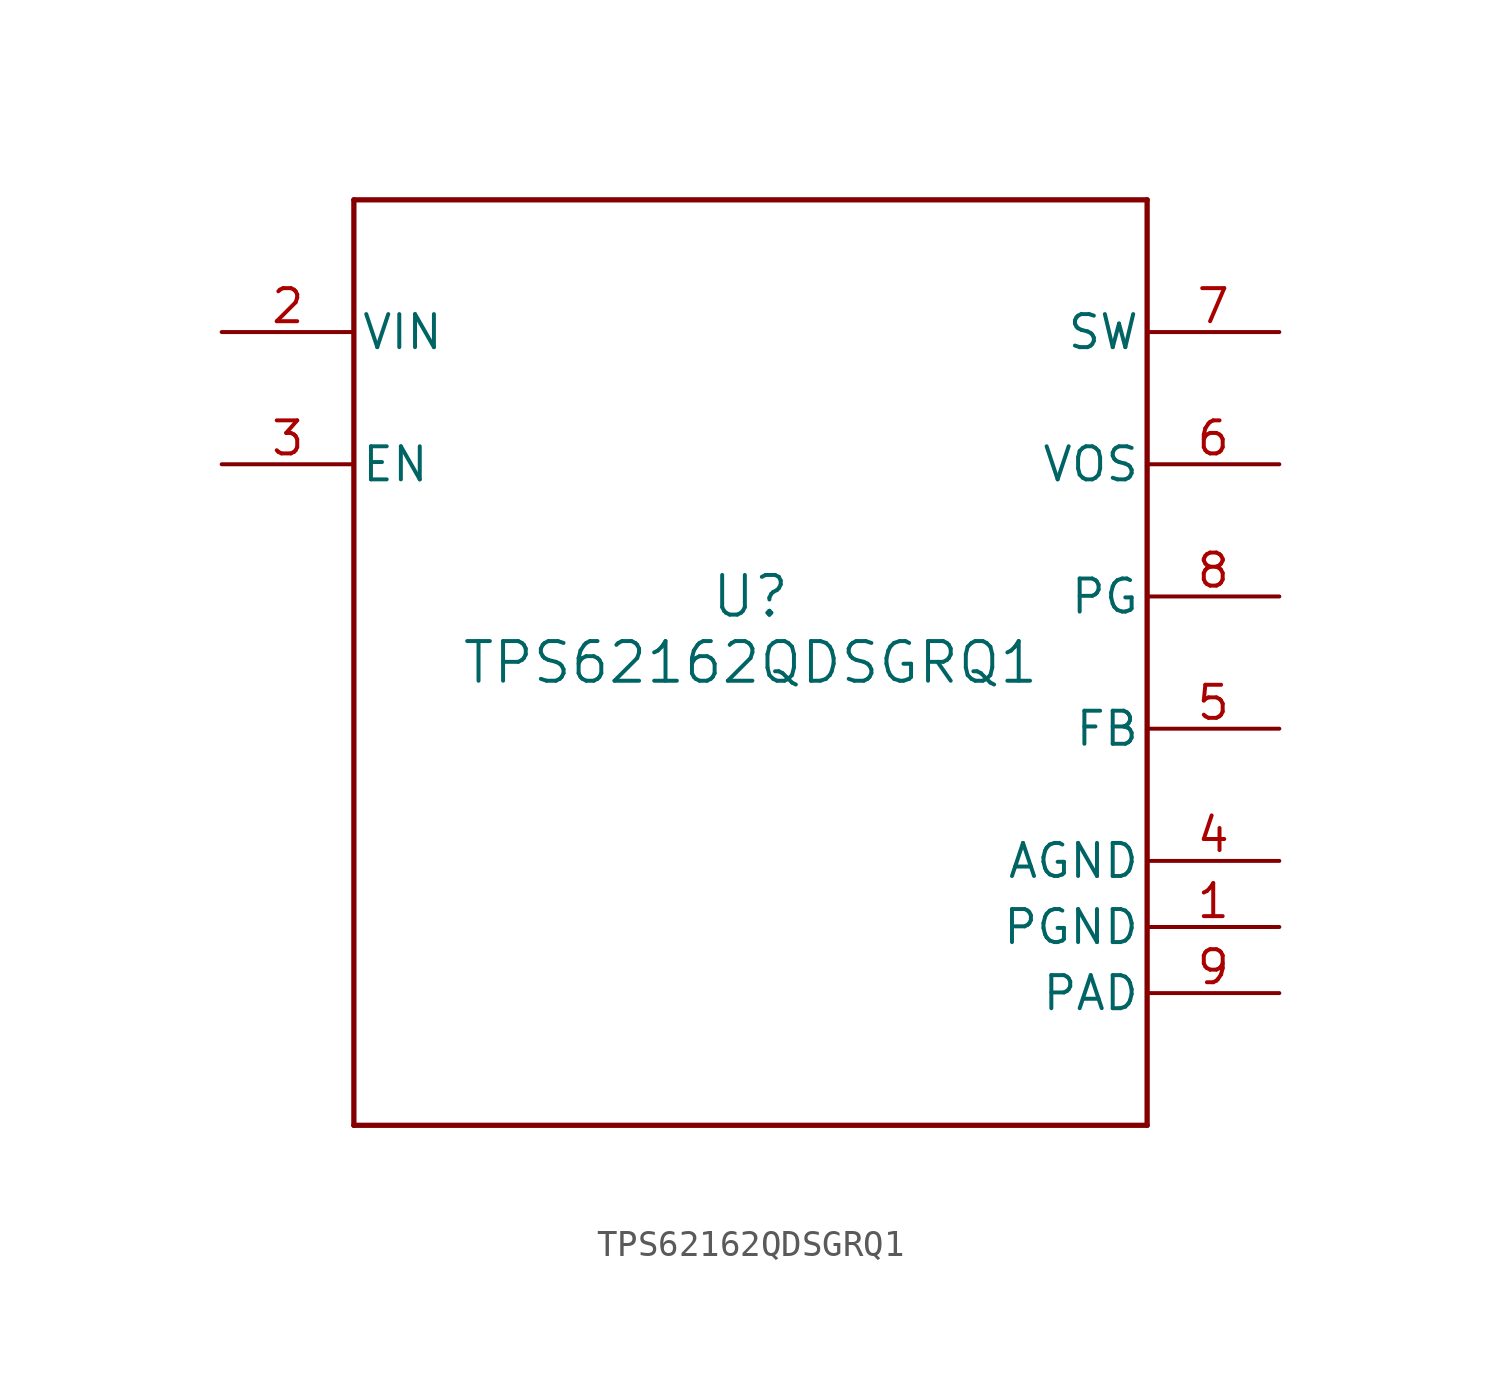
<source format=kicad_sym>
(kicad_symbol_lib
  (version 20211014)
  (generator kicad_symbol_editor)
  (symbol "TPS62162QDSGRQ1"
    (pin_names
      (offset 0.254))
    (property "Reference" "U"
      (at 0 2.54 0)
      (effects (font (size 1.524 1.524))))
    (property "Value" "TPS62162QDSGRQ1"
      (at 0 0 0)
      (effects (font (size 1.524 1.524))))
    (symbol "TPS62162QDSGRQ1_0_1"
      (polyline (pts (xy -15.24 -17.78) (xy 15.24 -17.78)) (stroke (width 0.203) (type default) (color 0 0 0 0)) (fill (type none)))
      (polyline (pts (xy 15.24 -17.78) (xy 15.24 17.78)) (stroke (width 0.203) (type default) (color 0 0 0 0)) (fill (type none)))
      (polyline (pts (xy 15.24 17.78) (xy -15.24 17.78)) (stroke (width 0.203) (type default) (color 0 0 0 0)) (fill (type none)))
      (polyline (pts (xy -15.24 17.78) (xy -15.24 -17.78)) (stroke (width 0.203) (type default) (color 0 0 0 0)) (fill (type none)))
      (pin power_in line (at 20.32 -10.16 180) (length 5.08) (name "PGND" (effects (font (size 1.27 1.27)))) (number "1" (effects (font (size 1.27 1.27)))))
      (pin power_in line (at -20.32 12.7 0) (length 5.08) (name "VIN" (effects (font (size 1.27 1.27)))) (number "2" (effects (font (size 1.27 1.27)))))
      (pin input line (at -20.32 7.62 0) (length 5.08) (name "EN" (effects (font (size 1.27 1.27)))) (number "3" (effects (font (size 1.27 1.27)))))
      (pin power_in line (at 20.32 -7.62 180) (length 5.08) (name "AGND" (effects (font (size 1.27 1.27)))) (number "4" (effects (font (size 1.27 1.27)))))
      (pin input line (at 20.32 -2.54 180) (length 5.08) (name "FB" (effects (font (size 1.27 1.27)))) (number "5" (effects (font (size 1.27 1.27)))))
      (pin input line (at 20.32 7.62 180) (length 5.08) (name "VOS" (effects (font (size 1.27 1.27)))) (number "6" (effects (font (size 1.27 1.27)))))
      (pin power_in line (at 20.32 12.7 180) (length 5.08) (name "SW" (effects (font (size 1.27 1.27)))) (number "7" (effects (font (size 1.27 1.27)))))
      (pin tri_state line (at 20.32 2.54 180) (length 5.08) (name "PG" (effects (font (size 1.27 1.27)))) (number "8" (effects (font (size 1.27 1.27)))))
      (pin power_in line (at 20.32 -12.7 180) (length 5.08) (name "PAD" (effects (font (size 1.27 1.27)))) (number "9" (effects (font (size 1.27 1.27))))))))
</source>
